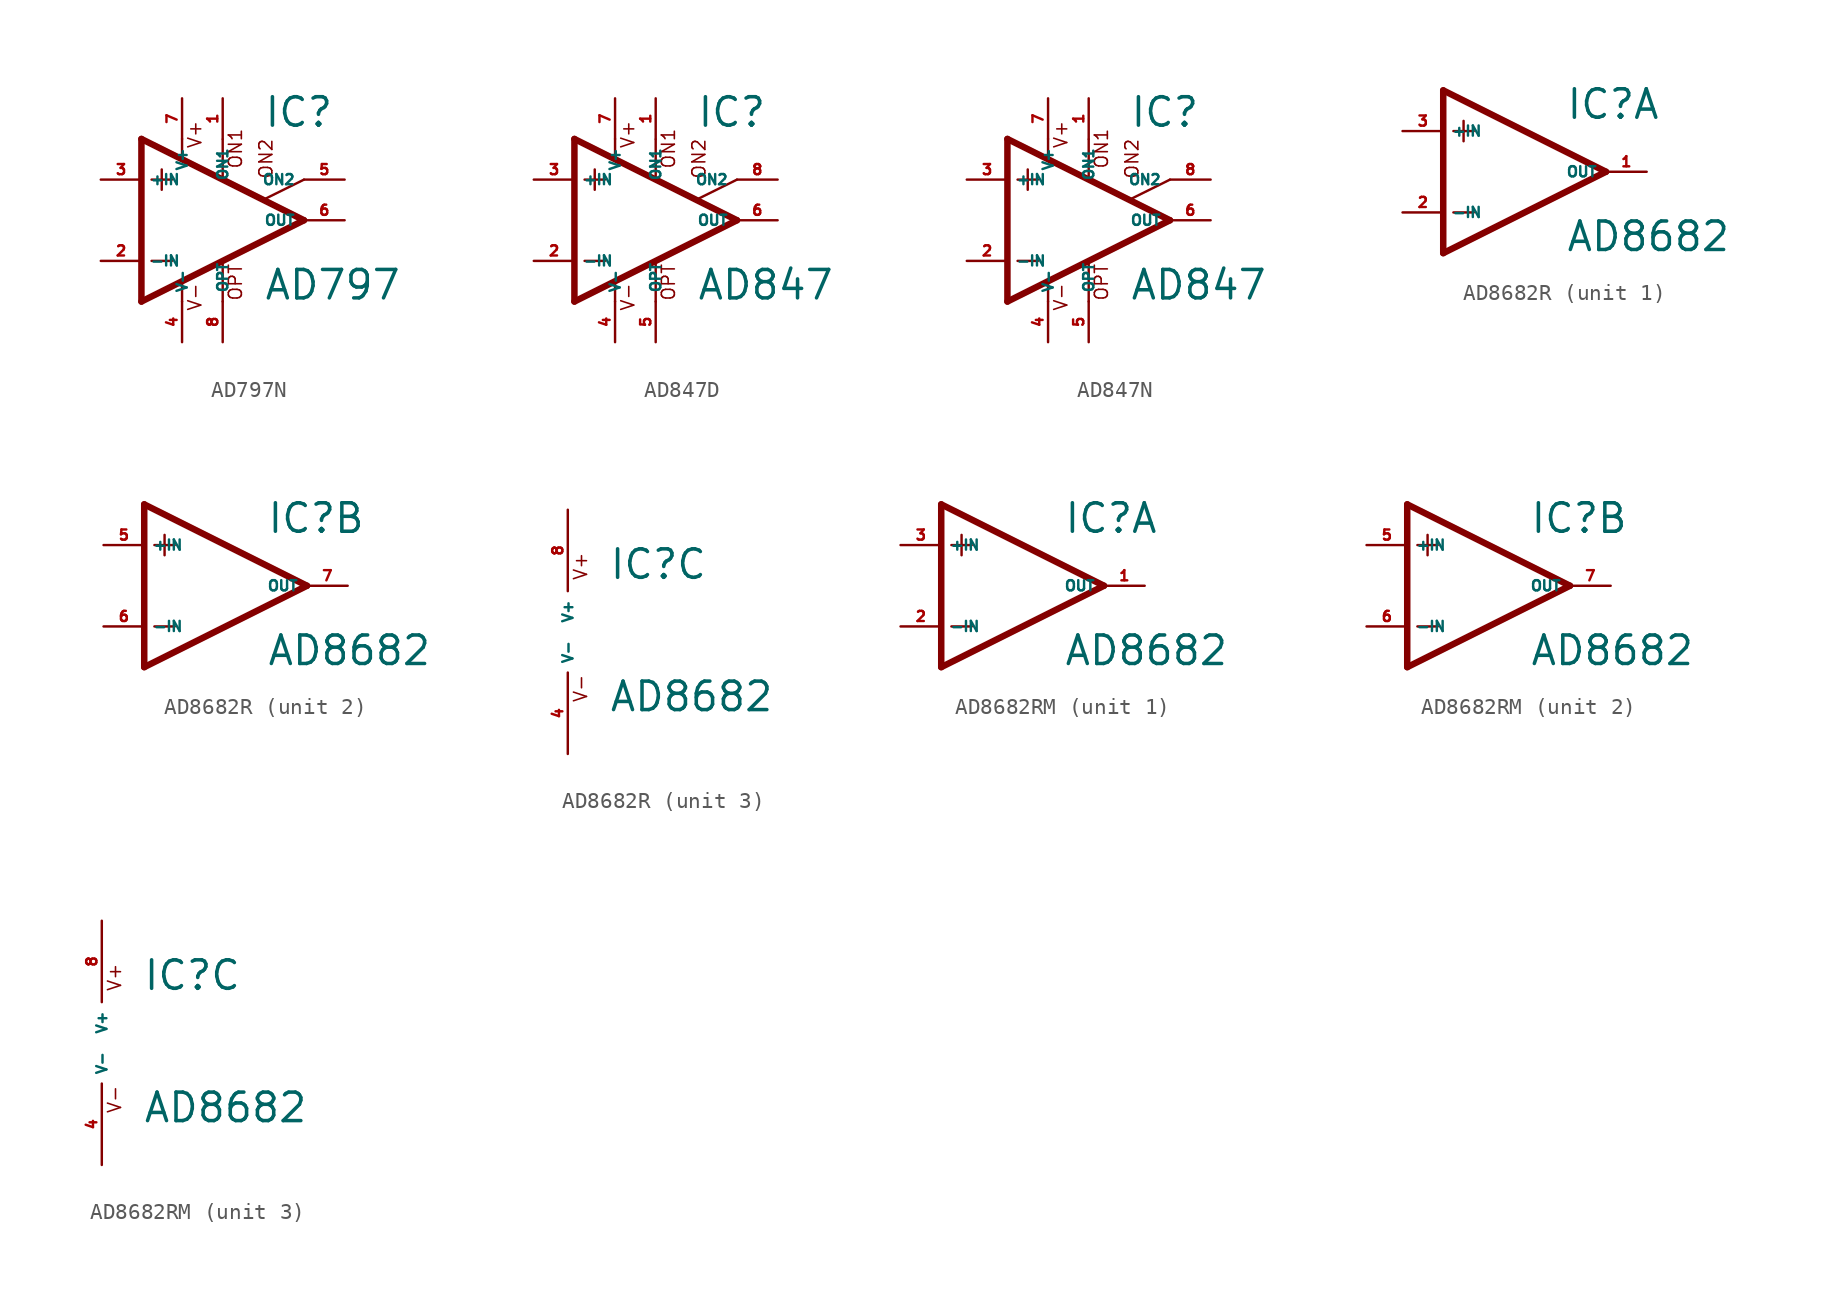
<source format=kicad_sym>
(kicad_symbol_lib
  (version 20220914)
  (generator Eagle2Kicad)
  (symbol "AD797N"
    (property "Reference" "IC"
      (at 2.54 5.715 0)
      (effects (font (size 1.778 1.778) (thickness 0.22)) (justify left bottom)))
    (property "Value" "AD797"
      (at 2.54 -5.08 0)
      (effects (font (size 1.778 1.778) (thickness 0.22)) (justify left bottom)))
    (polyline
      (pts (xy -3.81 3.175) (xy -3.81 1.905))
      (stroke (width 0.152) (type default))
      (fill (type none)))
    (polyline
      (pts (xy -4.445 2.54) (xy -3.175 2.54))
      (stroke (width 0.152) (type default))
      (fill (type none)))
    (polyline
      (pts (xy -4.445 -2.54) (xy -3.175 -2.54))
      (stroke (width 0.152) (type default))
      (fill (type none)))
    (polyline
      (pts (xy -2.54 5.08) (xy -2.54 3.886))
      (stroke (width 0.152) (type default))
      (fill (type none)))
    (polyline
      (pts (xy 0 5.055) (xy 0 2.616))
      (stroke (width 0.152) (type default))
      (fill (type none)))
    (polyline
      (pts (xy 0 -2.616) (xy 0 -5.08))
      (stroke (width 0.152) (type default))
      (fill (type none)))
    (polyline
      (pts (xy -2.54 -3.912) (xy -2.54 -5.08))
      (stroke (width 0.152) (type default))
      (fill (type none)))
    (polyline
      (pts (xy 5.08 2.54) (xy 2.616 1.321))
      (stroke (width 0.152) (type default))
      (fill (type none)))
    (polyline
      (pts (xy 5.08 0) (xy -5.08 5.08))
      (stroke (width 0.406) (type default))
      (fill (type none)))
    (polyline
      (pts (xy -5.08 5.08) (xy -5.08 -5.08))
      (stroke (width 0.406) (type default))
      (fill (type none)))
    (polyline
      (pts (xy -5.08 -5.08) (xy 5.08 0))
      (stroke (width 0.406) (type default))
      (fill (type none)))
    (text "ON1"
      (at 1.27 3.175 900)
      (effects (font (size 0.813 0.813) (thickness 0.10)) (justify left bottom)))
    (text "ON2"
      (at 3.175 2.54 900)
      (effects (font (size 0.813 0.813) (thickness 0.10)) (justify left bottom)))
    (text "OPT"
      (at 1.27 -5.08 900)
      (effects (font (size 0.813 0.813) (thickness 0.10)) (justify left bottom)))
    (text "V+"
      (at -1.27 4.445 900)
      (effects (font (size 0.813 0.813) (thickness 0.10)) (justify left bottom)))
    (text "V-"
      (at -1.27 -5.715 900)
      (effects (font (size 0.813 0.813) (thickness 0.10)) (justify left bottom)))
    (pin passive line
      (at 7.62 2.54 180)
      (length 2.54)
      (name "ON2" (effects (font (size 0.635 0.635) (thickness 0.08)) (justify left bottom)))
      (number "5" (effects (font (size 0.635 0.635) (thickness 0.08)) (justify left bottom))))
    (pin passive line
      (at 0 7.62 270)
      (length 2.54)
      (name "ON1" (effects (font (size 0.635 0.635) (thickness 0.08)) (justify left bottom)))
      (number "1" (effects (font (size 0.635 0.635) (thickness 0.08)) (justify left bottom))))
    (pin input line
      (at -7.62 -2.54 0)
      (length 2.54)
      (name "-IN" (effects (font (size 0.635 0.635) (thickness 0.08)) (justify left bottom)))
      (number "2" (effects (font (size 0.635 0.635) (thickness 0.08)) (justify left bottom))))
    (pin input line
      (at -7.62 2.54 0)
      (length 2.54)
      (name "+IN" (effects (font (size 0.635 0.635) (thickness 0.08)) (justify left bottom)))
      (number "3" (effects (font (size 0.635 0.635) (thickness 0.08)) (justify left bottom))))
    (pin output line
      (at 7.62 0 180)
      (length 2.54)
      (name "OUT" (effects (font (size 0.635 0.635) (thickness 0.08)) (justify left bottom)))
      (number "6" (effects (font (size 0.635 0.635) (thickness 0.08)) (justify left bottom))))
    (pin passive line
      (at 0 -7.62 90)
      (length 2.54)
      (name "OPT" (effects (font (size 0.635 0.635) (thickness 0.08)) (justify left bottom)))
      (number "8" (effects (font (size 0.635 0.635) (thickness 0.08)) (justify left bottom))))
    (pin unspecified line
      (at -2.54 7.62 270)
      (length 2.54)
      (name "V+" (effects (font (size 0.635 0.635) (thickness 0.08)) (justify left bottom)))
      (number "7" (effects (font (size 0.635 0.635) (thickness 0.08)) (justify left bottom))))
    (pin unspecified line
      (at -2.54 -7.62 90)
      (length 2.54)
      (name "V-" (effects (font (size 0.635 0.635) (thickness 0.08)) (justify left bottom)))
      (number "4" (effects (font (size 0.635 0.635) (thickness 0.08)) (justify left bottom)))))
  (symbol "AD847D"
    (property "Reference" "IC"
      (at 2.54 5.715 0)
      (effects (font (size 1.778 1.778) (thickness 0.22)) (justify left bottom)))
    (property "Value" "AD847"
      (at 2.54 -5.08 0)
      (effects (font (size 1.778 1.778) (thickness 0.22)) (justify left bottom)))
    (polyline
      (pts (xy -3.81 3.175) (xy -3.81 1.905))
      (stroke (width 0.152) (type default))
      (fill (type none)))
    (polyline
      (pts (xy -4.445 2.54) (xy -3.175 2.54))
      (stroke (width 0.152) (type default))
      (fill (type none)))
    (polyline
      (pts (xy -4.445 -2.54) (xy -3.175 -2.54))
      (stroke (width 0.152) (type default))
      (fill (type none)))
    (polyline
      (pts (xy -2.54 5.08) (xy -2.54 3.886))
      (stroke (width 0.152) (type default))
      (fill (type none)))
    (polyline
      (pts (xy 0 5.055) (xy 0 2.616))
      (stroke (width 0.152) (type default))
      (fill (type none)))
    (polyline
      (pts (xy 0 -2.616) (xy 0 -5.08))
      (stroke (width 0.152) (type default))
      (fill (type none)))
    (polyline
      (pts (xy -2.54 -3.912) (xy -2.54 -5.08))
      (stroke (width 0.152) (type default))
      (fill (type none)))
    (polyline
      (pts (xy 5.08 2.54) (xy 2.616 1.321))
      (stroke (width 0.152) (type default))
      (fill (type none)))
    (polyline
      (pts (xy 5.08 0) (xy -5.08 5.08))
      (stroke (width 0.406) (type default))
      (fill (type none)))
    (polyline
      (pts (xy -5.08 5.08) (xy -5.08 -5.08))
      (stroke (width 0.406) (type default))
      (fill (type none)))
    (polyline
      (pts (xy -5.08 -5.08) (xy 5.08 0))
      (stroke (width 0.406) (type default))
      (fill (type none)))
    (text "ON1"
      (at 1.27 3.175 900)
      (effects (font (size 0.813 0.813) (thickness 0.10)) (justify left bottom)))
    (text "ON2"
      (at 3.175 2.54 900)
      (effects (font (size 0.813 0.813) (thickness 0.10)) (justify left bottom)))
    (text "OPT"
      (at 1.27 -5.08 900)
      (effects (font (size 0.813 0.813) (thickness 0.10)) (justify left bottom)))
    (text "V+"
      (at -1.27 4.445 900)
      (effects (font (size 0.813 0.813) (thickness 0.10)) (justify left bottom)))
    (text "V-"
      (at -1.27 -5.715 900)
      (effects (font (size 0.813 0.813) (thickness 0.10)) (justify left bottom)))
    (pin passive line
      (at 7.62 2.54 180)
      (length 2.54)
      (name "ON2" (effects (font (size 0.635 0.635) (thickness 0.08)) (justify left bottom)))
      (number "8" (effects (font (size 0.635 0.635) (thickness 0.08)) (justify left bottom))))
    (pin passive line
      (at 0 7.62 270)
      (length 2.54)
      (name "ON1" (effects (font (size 0.635 0.635) (thickness 0.08)) (justify left bottom)))
      (number "1" (effects (font (size 0.635 0.635) (thickness 0.08)) (justify left bottom))))
    (pin input line
      (at -7.62 -2.54 0)
      (length 2.54)
      (name "-IN" (effects (font (size 0.635 0.635) (thickness 0.08)) (justify left bottom)))
      (number "2" (effects (font (size 0.635 0.635) (thickness 0.08)) (justify left bottom))))
    (pin input line
      (at -7.62 2.54 0)
      (length 2.54)
      (name "+IN" (effects (font (size 0.635 0.635) (thickness 0.08)) (justify left bottom)))
      (number "3" (effects (font (size 0.635 0.635) (thickness 0.08)) (justify left bottom))))
    (pin output line
      (at 7.62 0 180)
      (length 2.54)
      (name "OUT" (effects (font (size 0.635 0.635) (thickness 0.08)) (justify left bottom)))
      (number "6" (effects (font (size 0.635 0.635) (thickness 0.08)) (justify left bottom))))
    (pin passive line
      (at 0 -7.62 90)
      (length 2.54)
      (name "OPT" (effects (font (size 0.635 0.635) (thickness 0.08)) (justify left bottom)))
      (number "5" (effects (font (size 0.635 0.635) (thickness 0.08)) (justify left bottom))))
    (pin unspecified line
      (at -2.54 7.62 270)
      (length 2.54)
      (name "V+" (effects (font (size 0.635 0.635) (thickness 0.08)) (justify left bottom)))
      (number "7" (effects (font (size 0.635 0.635) (thickness 0.08)) (justify left bottom))))
    (pin unspecified line
      (at -2.54 -7.62 90)
      (length 2.54)
      (name "V-" (effects (font (size 0.635 0.635) (thickness 0.08)) (justify left bottom)))
      (number "4" (effects (font (size 0.635 0.635) (thickness 0.08)) (justify left bottom)))))
  (symbol "AD847N"
    (property "Reference" "IC"
      (at 2.54 5.715 0)
      (effects (font (size 1.778 1.778) (thickness 0.22)) (justify left bottom)))
    (property "Value" "AD847"
      (at 2.54 -5.08 0)
      (effects (font (size 1.778 1.778) (thickness 0.22)) (justify left bottom)))
    (polyline
      (pts (xy -3.81 3.175) (xy -3.81 1.905))
      (stroke (width 0.152) (type default))
      (fill (type none)))
    (polyline
      (pts (xy -4.445 2.54) (xy -3.175 2.54))
      (stroke (width 0.152) (type default))
      (fill (type none)))
    (polyline
      (pts (xy -4.445 -2.54) (xy -3.175 -2.54))
      (stroke (width 0.152) (type default))
      (fill (type none)))
    (polyline
      (pts (xy -2.54 5.08) (xy -2.54 3.886))
      (stroke (width 0.152) (type default))
      (fill (type none)))
    (polyline
      (pts (xy 0 5.055) (xy 0 2.616))
      (stroke (width 0.152) (type default))
      (fill (type none)))
    (polyline
      (pts (xy 0 -2.616) (xy 0 -5.08))
      (stroke (width 0.152) (type default))
      (fill (type none)))
    (polyline
      (pts (xy -2.54 -3.912) (xy -2.54 -5.08))
      (stroke (width 0.152) (type default))
      (fill (type none)))
    (polyline
      (pts (xy 5.08 2.54) (xy 2.616 1.321))
      (stroke (width 0.152) (type default))
      (fill (type none)))
    (polyline
      (pts (xy 5.08 0) (xy -5.08 5.08))
      (stroke (width 0.406) (type default))
      (fill (type none)))
    (polyline
      (pts (xy -5.08 5.08) (xy -5.08 -5.08))
      (stroke (width 0.406) (type default))
      (fill (type none)))
    (polyline
      (pts (xy -5.08 -5.08) (xy 5.08 0))
      (stroke (width 0.406) (type default))
      (fill (type none)))
    (text "ON1"
      (at 1.27 3.175 900)
      (effects (font (size 0.813 0.813) (thickness 0.10)) (justify left bottom)))
    (text "ON2"
      (at 3.175 2.54 900)
      (effects (font (size 0.813 0.813) (thickness 0.10)) (justify left bottom)))
    (text "OPT"
      (at 1.27 -5.08 900)
      (effects (font (size 0.813 0.813) (thickness 0.10)) (justify left bottom)))
    (text "V+"
      (at -1.27 4.445 900)
      (effects (font (size 0.813 0.813) (thickness 0.10)) (justify left bottom)))
    (text "V-"
      (at -1.27 -5.715 900)
      (effects (font (size 0.813 0.813) (thickness 0.10)) (justify left bottom)))
    (pin passive line
      (at 7.62 2.54 180)
      (length 2.54)
      (name "ON2" (effects (font (size 0.635 0.635) (thickness 0.08)) (justify left bottom)))
      (number "8" (effects (font (size 0.635 0.635) (thickness 0.08)) (justify left bottom))))
    (pin passive line
      (at 0 7.62 270)
      (length 2.54)
      (name "ON1" (effects (font (size 0.635 0.635) (thickness 0.08)) (justify left bottom)))
      (number "1" (effects (font (size 0.635 0.635) (thickness 0.08)) (justify left bottom))))
    (pin input line
      (at -7.62 -2.54 0)
      (length 2.54)
      (name "-IN" (effects (font (size 0.635 0.635) (thickness 0.08)) (justify left bottom)))
      (number "2" (effects (font (size 0.635 0.635) (thickness 0.08)) (justify left bottom))))
    (pin input line
      (at -7.62 2.54 0)
      (length 2.54)
      (name "+IN" (effects (font (size 0.635 0.635) (thickness 0.08)) (justify left bottom)))
      (number "3" (effects (font (size 0.635 0.635) (thickness 0.08)) (justify left bottom))))
    (pin output line
      (at 7.62 0 180)
      (length 2.54)
      (name "OUT" (effects (font (size 0.635 0.635) (thickness 0.08)) (justify left bottom)))
      (number "6" (effects (font (size 0.635 0.635) (thickness 0.08)) (justify left bottom))))
    (pin passive line
      (at 0 -7.62 90)
      (length 2.54)
      (name "OPT" (effects (font (size 0.635 0.635) (thickness 0.08)) (justify left bottom)))
      (number "5" (effects (font (size 0.635 0.635) (thickness 0.08)) (justify left bottom))))
    (pin unspecified line
      (at -2.54 7.62 270)
      (length 2.54)
      (name "V+" (effects (font (size 0.635 0.635) (thickness 0.08)) (justify left bottom)))
      (number "7" (effects (font (size 0.635 0.635) (thickness 0.08)) (justify left bottom))))
    (pin unspecified line
      (at -2.54 -7.62 90)
      (length 2.54)
      (name "V-" (effects (font (size 0.635 0.635) (thickness 0.08)) (justify left bottom)))
      (number "4" (effects (font (size 0.635 0.635) (thickness 0.08)) (justify left bottom)))))
  (symbol "AD8682R"
    (property "Reference" "IC"
      (at 2.54 3.175 0)
      (effects (font (size 1.778 1.778) (thickness 0.22)) (justify left bottom)))
    (property "Value" "AD8682"
      (at 2.54 -5.08 0)
      (effects (font (size 1.778 1.778) (thickness 0.22)) (justify left bottom)))
    (symbol "AD8682R_1_0"
      (polyline (pts (xy -5.08 5.08) (xy -5.08 -5.08)) (stroke (width 0.406) (type default)) (fill (type none)))
      (polyline (pts (xy -5.08 -5.08) (xy 5.08 0)) (stroke (width 0.406) (type default)) (fill (type none)))
      (polyline (pts (xy 5.08 0) (xy -5.08 5.08)) (stroke (width 0.406) (type default)) (fill (type none)))
      (polyline (pts (xy -3.81 3.175) (xy -3.81 1.905)) (stroke (width 0.152) (type default)) (fill (type none)))
      (polyline (pts (xy -4.445 2.54) (xy -3.175 2.54)) (stroke (width 0.152) (type default)) (fill (type none)))
      (polyline (pts (xy -4.445 -2.54) (xy -3.175 -2.54)) (stroke (width 0.152) (type default)) (fill (type none)))
      (pin input line (at -7.62 -2.54 0) (length 2.54) (name "-IN" (effects (font (size 0.635 0.635) (thickness 0.08)) (justify left bottom))) (number "2" (effects (font (size 0.635 0.635) (thickness 0.08)) (justify left bottom))))
      (pin input line (at -7.62 2.54 0) (length 2.54) (name "+IN" (effects (font (size 0.635 0.635) (thickness 0.08)) (justify left bottom))) (number "3" (effects (font (size 0.635 0.635) (thickness 0.08)) (justify left bottom))))
      (pin output line (at 7.62 0 180) (length 2.54) (name "OUT" (effects (font (size 0.635 0.635) (thickness 0.08)) (justify left bottom))) (number "1" (effects (font (size 0.635 0.635) (thickness 0.08)) (justify left bottom)))))
    (symbol "AD8682R_2_0"
      (polyline (pts (xy -5.08 5.08) (xy -5.08 -5.08)) (stroke (width 0.406) (type default)) (fill (type none)))
      (polyline (pts (xy -5.08 -5.08) (xy 5.08 0)) (stroke (width 0.406) (type default)) (fill (type none)))
      (polyline (pts (xy 5.08 0) (xy -5.08 5.08)) (stroke (width 0.406) (type default)) (fill (type none)))
      (polyline (pts (xy -3.81 3.175) (xy -3.81 1.905)) (stroke (width 0.152) (type default)) (fill (type none)))
      (polyline (pts (xy -4.445 2.54) (xy -3.175 2.54)) (stroke (width 0.152) (type default)) (fill (type none)))
      (polyline (pts (xy -4.445 -2.54) (xy -3.175 -2.54)) (stroke (width 0.152) (type default)) (fill (type none)))
      (pin input line (at -7.62 -2.54 0) (length 2.54) (name "-IN" (effects (font (size 0.635 0.635) (thickness 0.08)) (justify left bottom))) (number "6" (effects (font (size 0.635 0.635) (thickness 0.08)) (justify left bottom))))
      (pin input line (at -7.62 2.54 0) (length 2.54) (name "+IN" (effects (font (size 0.635 0.635) (thickness 0.08)) (justify left bottom))) (number "5" (effects (font (size 0.635 0.635) (thickness 0.08)) (justify left bottom))))
      (pin output line (at 7.62 0 180) (length 2.54) (name "OUT" (effects (font (size 0.635 0.635) (thickness 0.08)) (justify left bottom))) (number "7" (effects (font (size 0.635 0.635) (thickness 0.08)) (justify left bottom)))))
    (symbol "AD8682R_3_0"
      (text "V+" (at 1.27 3.175 900) (effects (font (size 0.813 0.813) (thickness 0.10)) (justify left bottom)))
      (text "V-" (at 1.27 -4.445 900) (effects (font (size 0.813 0.813) (thickness 0.10)) (justify left bottom)))
      (pin unspecified line (at 0 7.62 270) (length 5.08) (name "V+" (effects (font (size 0.635 0.635) (thickness 0.08)) (justify left bottom))) (number "8" (effects (font (size 0.635 0.635) (thickness 0.08)) (justify left bottom))))
      (pin unspecified line (at 0 -7.62 90) (length 5.08) (name "V-" (effects (font (size 0.635 0.635) (thickness 0.08)) (justify left bottom))) (number "4" (effects (font (size 0.635 0.635) (thickness 0.08)) (justify left bottom))))))
  (symbol "AD8682RM"
    (property "Reference" "IC"
      (at 2.54 3.175 0)
      (effects (font (size 1.778 1.778) (thickness 0.22)) (justify left bottom)))
    (property "Value" "AD8682"
      (at 2.54 -5.08 0)
      (effects (font (size 1.778 1.778) (thickness 0.22)) (justify left bottom)))
    (symbol "AD8682RM_1_0"
      (polyline (pts (xy -5.08 5.08) (xy -5.08 -5.08)) (stroke (width 0.406) (type default)) (fill (type none)))
      (polyline (pts (xy -5.08 -5.08) (xy 5.08 0)) (stroke (width 0.406) (type default)) (fill (type none)))
      (polyline (pts (xy 5.08 0) (xy -5.08 5.08)) (stroke (width 0.406) (type default)) (fill (type none)))
      (polyline (pts (xy -3.81 3.175) (xy -3.81 1.905)) (stroke (width 0.152) (type default)) (fill (type none)))
      (polyline (pts (xy -4.445 2.54) (xy -3.175 2.54)) (stroke (width 0.152) (type default)) (fill (type none)))
      (polyline (pts (xy -4.445 -2.54) (xy -3.175 -2.54)) (stroke (width 0.152) (type default)) (fill (type none)))
      (pin input line (at -7.62 -2.54 0) (length 2.54) (name "-IN" (effects (font (size 0.635 0.635) (thickness 0.08)) (justify left bottom))) (number "2" (effects (font (size 0.635 0.635) (thickness 0.08)) (justify left bottom))))
      (pin input line (at -7.62 2.54 0) (length 2.54) (name "+IN" (effects (font (size 0.635 0.635) (thickness 0.08)) (justify left bottom))) (number "3" (effects (font (size 0.635 0.635) (thickness 0.08)) (justify left bottom))))
      (pin output line (at 7.62 0 180) (length 2.54) (name "OUT" (effects (font (size 0.635 0.635) (thickness 0.08)) (justify left bottom))) (number "1" (effects (font (size 0.635 0.635) (thickness 0.08)) (justify left bottom)))))
    (symbol "AD8682RM_2_0"
      (polyline (pts (xy -5.08 5.08) (xy -5.08 -5.08)) (stroke (width 0.406) (type default)) (fill (type none)))
      (polyline (pts (xy -5.08 -5.08) (xy 5.08 0)) (stroke (width 0.406) (type default)) (fill (type none)))
      (polyline (pts (xy 5.08 0) (xy -5.08 5.08)) (stroke (width 0.406) (type default)) (fill (type none)))
      (polyline (pts (xy -3.81 3.175) (xy -3.81 1.905)) (stroke (width 0.152) (type default)) (fill (type none)))
      (polyline (pts (xy -4.445 2.54) (xy -3.175 2.54)) (stroke (width 0.152) (type default)) (fill (type none)))
      (polyline (pts (xy -4.445 -2.54) (xy -3.175 -2.54)) (stroke (width 0.152) (type default)) (fill (type none)))
      (pin input line (at -7.62 -2.54 0) (length 2.54) (name "-IN" (effects (font (size 0.635 0.635) (thickness 0.08)) (justify left bottom))) (number "6" (effects (font (size 0.635 0.635) (thickness 0.08)) (justify left bottom))))
      (pin input line (at -7.62 2.54 0) (length 2.54) (name "+IN" (effects (font (size 0.635 0.635) (thickness 0.08)) (justify left bottom))) (number "5" (effects (font (size 0.635 0.635) (thickness 0.08)) (justify left bottom))))
      (pin output line (at 7.62 0 180) (length 2.54) (name "OUT" (effects (font (size 0.635 0.635) (thickness 0.08)) (justify left bottom))) (number "7" (effects (font (size 0.635 0.635) (thickness 0.08)) (justify left bottom)))))
    (symbol "AD8682RM_3_0"
      (text "V+" (at 1.27 3.175 900) (effects (font (size 0.813 0.813) (thickness 0.10)) (justify left bottom)))
      (text "V-" (at 1.27 -4.445 900) (effects (font (size 0.813 0.813) (thickness 0.10)) (justify left bottom)))
      (pin unspecified line (at 0 7.62 270) (length 5.08) (name "V+" (effects (font (size 0.635 0.635) (thickness 0.08)) (justify left bottom))) (number "8" (effects (font (size 0.635 0.635) (thickness 0.08)) (justify left bottom))))
      (pin unspecified line (at 0 -7.62 90) (length 5.08) (name "V-" (effects (font (size 0.635 0.635) (thickness 0.08)) (justify left bottom))) (number "4" (effects (font (size 0.635 0.635) (thickness 0.08)) (justify left bottom)))))))
</source>
